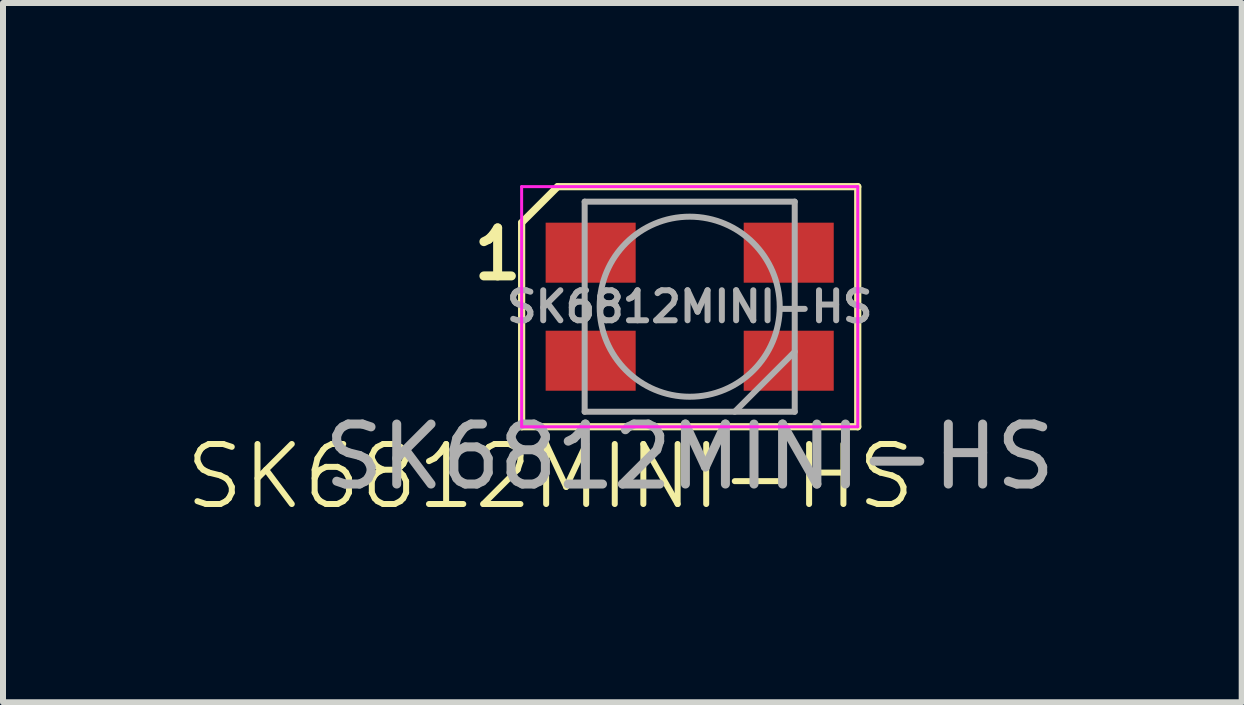
<source format=kicad_pcb>
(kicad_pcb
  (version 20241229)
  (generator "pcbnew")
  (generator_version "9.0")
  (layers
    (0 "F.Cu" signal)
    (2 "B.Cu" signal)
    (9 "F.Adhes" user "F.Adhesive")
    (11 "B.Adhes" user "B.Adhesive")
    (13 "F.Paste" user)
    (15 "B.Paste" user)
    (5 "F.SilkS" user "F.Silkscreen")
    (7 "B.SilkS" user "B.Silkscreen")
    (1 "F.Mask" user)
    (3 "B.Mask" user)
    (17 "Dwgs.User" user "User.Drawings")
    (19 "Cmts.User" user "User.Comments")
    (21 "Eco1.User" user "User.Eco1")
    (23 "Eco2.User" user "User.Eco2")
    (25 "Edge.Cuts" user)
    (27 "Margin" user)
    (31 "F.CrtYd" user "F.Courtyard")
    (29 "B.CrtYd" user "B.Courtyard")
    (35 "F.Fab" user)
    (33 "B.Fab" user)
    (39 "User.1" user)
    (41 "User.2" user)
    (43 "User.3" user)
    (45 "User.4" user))
  (footprint "SK6812MINI-HS"
    (layer "F.Cu")
    (at 8.441 2.06)
    (property "Reference" "SK6812MINI-HS" (at -2.32 2.83 0) (unlocked yes) (layer "F.SilkS") (effects (font (size 1 1) (thickness 0.1))))
    (attr smd)
    (fp_line (start -2.8 -1.4) (end -2.8 2) (stroke (width 0.12) (type solid)) (layer "F.SilkS"))
    (fp_line (start -2.8 -1.4) (end -2.2 -2) (stroke (width 0.12) (type default)) (layer "F.SilkS"))
    (fp_line (start 2.8 -2) (end -2.2 -2) (stroke (width 0.12) (type solid)) (layer "F.SilkS"))
    (fp_line (start 2.8 2) (end -2.8 2) (stroke (width 0.12) (type solid)) (layer "F.SilkS"))
    (fp_line (start 2.8 2) (end 2.8 -2) (stroke (width 0.12) (type default)) (layer "F.SilkS"))
    (fp_line (start -2.8 -2) (end -2.8 2) (stroke (width 0.05) (type solid)) (layer "F.CrtYd"))
    (fp_line (start -2.8 2) (end 2.8 2) (stroke (width 0.05) (type solid)) (layer "F.CrtYd"))
    (fp_line (start 2.8 -2) (end -2.8 -2) (stroke (width 0.05) (type solid)) (layer "F.CrtYd"))
    (fp_line (start 2.8 2) (end 2.8 -2) (stroke (width 0.05) (type solid)) (layer "F.CrtYd"))
    (fp_line (start -1.75 -1.75) (end -1.75 1.75) (stroke (width 0.1) (type solid)) (layer "F.Fab"))
    (fp_line (start -1.75 1.75) (end 1.75 1.75) (stroke (width 0.1) (type solid)) (layer "F.Fab"))
    (fp_line (start 1.75 -1.75) (end -1.75 -1.75) (stroke (width 0.1) (type solid)) (layer "F.Fab"))
    (fp_line (start 1.75 0.75) (end 0.75 1.75) (stroke (width 0.1) (type solid)) (layer "F.Fab"))
    (fp_line (start 1.75 1.75) (end 1.75 -1.75) (stroke (width 0.1) (type solid)) (layer "F.Fab"))
    (fp_circle (center 0 0) (end 0 -1.5) (stroke (width 0.1) (type solid)) (fill no) (layer "F.Fab"))
    (fp_text user "1" (at -3.2 -0.875 0) (unlocked yes) (layer "F.SilkS") (effects (font (size 0.8 0.8) (thickness 0.15))))
    (fp_text user "${REFERENCE}" (at 0 0 0) (layer "F.Fab") (effects (font (size 0.5 0.5) (thickness 0.1))))
    (fp_text user "${REFERENCE}" (at 0 2.5 0) (unlocked yes) (layer "F.Fab") (effects (font (size 1 1) (thickness 0.15))))
    (pad "1" smd rect (at -1.65 -0.9) (size 1.5 1) (layers "F.Cu" "F.Mask" "F.Paste"))
    (pad "2" smd rect (at -1.65 0.9) (size 1.5 1) (layers "F.Cu" "F.Mask" "F.Paste"))
    (pad "3" smd rect (at 1.65 0.9) (size 1.5 1) (layers "F.Cu" "F.Mask" "F.Paste"))
    (pad "4" smd rect (at 1.65 -0.9) (size 1.5 1) (layers "F.Cu" "F.Mask" "F.Paste")))
  (gr_rect
    (start -3 -3)
    (end 17.638 8.65)
    (stroke (width 0.1) (type default))
    (fill no)
    (layer "Edge.Cuts")))
</source>
